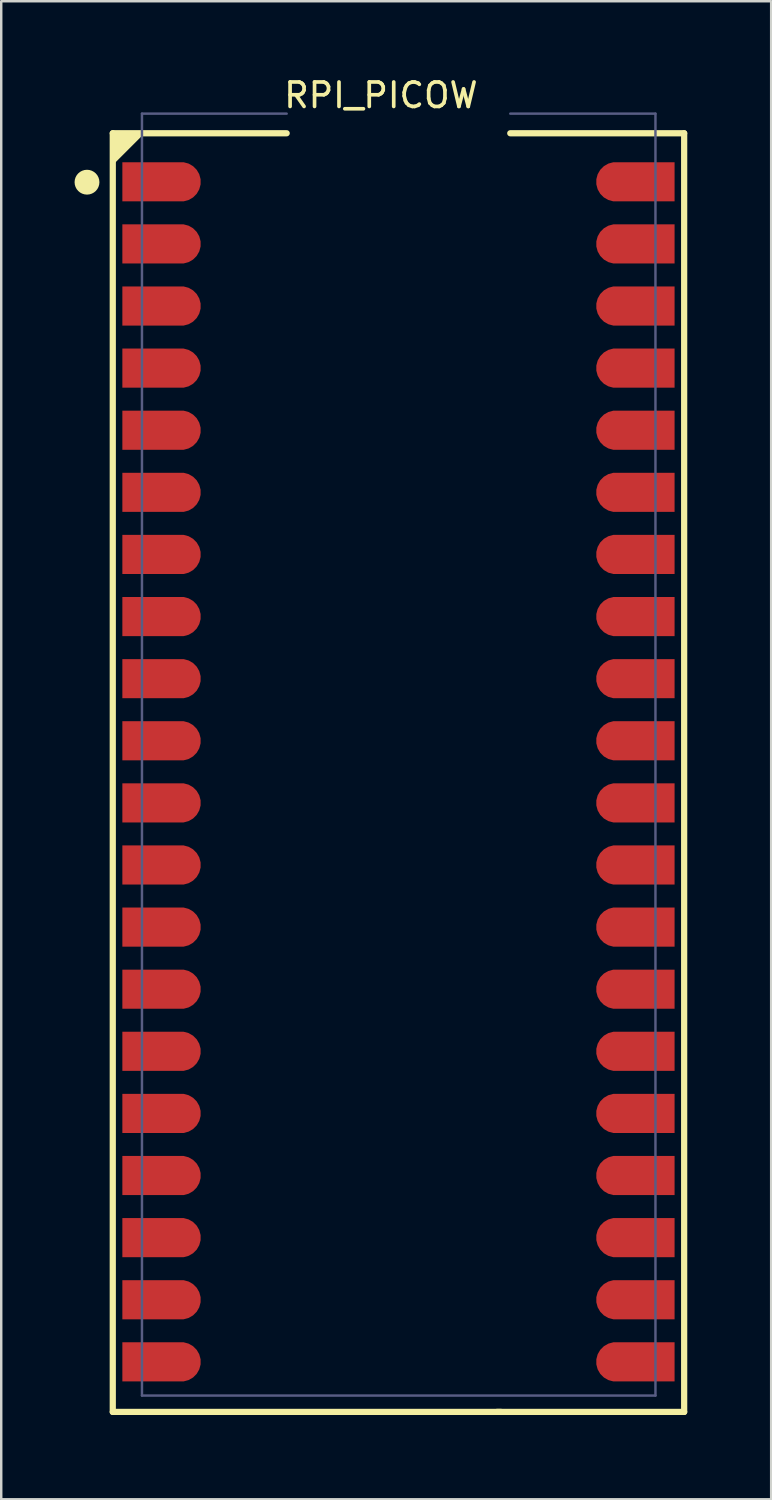
<source format=kicad_pcb>
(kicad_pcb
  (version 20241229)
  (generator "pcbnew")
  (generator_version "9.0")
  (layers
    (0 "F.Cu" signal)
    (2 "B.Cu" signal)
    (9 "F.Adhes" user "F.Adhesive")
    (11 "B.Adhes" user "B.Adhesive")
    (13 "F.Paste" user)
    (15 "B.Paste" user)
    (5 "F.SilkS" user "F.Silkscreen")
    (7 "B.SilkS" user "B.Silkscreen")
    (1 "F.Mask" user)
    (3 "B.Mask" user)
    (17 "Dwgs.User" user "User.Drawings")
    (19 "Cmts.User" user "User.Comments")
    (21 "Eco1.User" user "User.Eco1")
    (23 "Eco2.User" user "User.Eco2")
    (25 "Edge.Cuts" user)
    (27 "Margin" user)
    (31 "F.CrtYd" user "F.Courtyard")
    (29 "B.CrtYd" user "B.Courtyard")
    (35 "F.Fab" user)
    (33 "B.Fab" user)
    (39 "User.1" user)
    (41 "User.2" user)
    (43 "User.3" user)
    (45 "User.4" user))
  (footprint "RPI_PICOW"
    (layer "F.Cu")
    (at 13.246 28.816)
    (property "Reference" "RPI_PICOW" (at -0.718 -27.968 0) (layer "F.SilkS") (effects (font (size 1 1) (thickness 0.15))))
    (fp_line (start -11.684 -26.416) (end -4.572 -26.416) (stroke (width 0.254) (type solid)) (layer "F.SilkS"))
    (fp_line (start -11.684 25.877) (end -11.684 -26.416) (stroke (width 0.254) (type solid)) (layer "F.SilkS"))
    (fp_line (start -11.684 25.877) (end 4.2 25.877) (stroke (width 0.254) (type solid)) (layer "F.SilkS"))
    (fp_line (start 4.026 25.877) (end 11.684 25.877) (stroke (width 0.254) (type solid)) (layer "F.SilkS"))
    (fp_line (start 4.572 -26.416) (end 11.684 -26.416) (stroke (width 0.254) (type solid)) (layer "F.SilkS"))
    (fp_line (start 11.684 25.877) (end 11.684 -26.416) (stroke (width 0.254) (type solid)) (layer "F.SilkS"))
    (fp_circle (center -12.738 -24.415) (end -12.738 -24.669) (stroke (width 0.508) (type solid)) (fill no) (layer "F.SilkS"))
    (fp_poly (pts (xy -10.4 -26.4) (xy -11.7 -25.1) (xy -11.7 -26.4)) (stroke (width 0) (type default)) (fill yes) (layer "F.SilkS"))
    (fp_line (start -12.192 -27.94) (end 12.192 -27.94) (stroke (width 0.1) (type solid)) (layer "Eco2.User"))
    (fp_line (start -12.192 26.4) (end -12.192 -27.94) (stroke (width 0.1) (type solid)) (layer "Eco2.User"))
    (fp_line (start -12.192 26.4) (end 12.192 26.4) (stroke (width 0.1) (type solid)) (layer "Eco2.User"))
    (fp_line (start -0.5 0) (end 0.5 0) (stroke (width 0.2) (type solid)) (layer "Eco2.User"))
    (fp_line (start 0 0.5) (end 0 -0.5) (stroke (width 0.2) (type solid)) (layer "Eco2.User"))
    (fp_line (start 12.192 26.4) (end 12.192 -27.94) (stroke (width 0.1) (type solid)) (layer "Eco2.User"))
    (fp_line (start -10.49 -27.218) (end -4.572 -27.218) (stroke (width 0.1) (type solid)) (layer "B.Fab"))
    (fp_line (start -10.49 25.208) (end -10.49 -27.218) (stroke (width 0.1) (type solid)) (layer "B.Fab"))
    (fp_line (start -10.49 25.208) (end 10.51 25.208) (stroke (width 0.1) (type solid)) (layer "B.Fab"))
    (fp_line (start 4.572 -27.218) (end 10.51 -27.218) (stroke (width 0.1) (type solid)) (layer "B.Fab"))
    (fp_line (start 10.51 25.208) (end 10.51 -27.218) (stroke (width 0.1) (type solid)) (layer "B.Fab"))
    (pad "1" smd custom (at -11.292 -23.631) (size 0.000001 0.000001) (layers "F.Cu" "F.Mask" "F.Paste") (options (anchor circle)) (primitives (gr_poly (pts (xy 0 0) (xy 0 -1.6) (xy 2.4 -1.6) (xy 2.505 -1.6) (xy 2.709 -1.545) (xy 2.891 -1.44) (xy 3.04 -1.291) (xy 3.145 -1.109) (xy 3.2 -0.905) (xy 3.2 -0.695) (xy 3.145 -0.491) (xy 3.04 -0.309) (xy 2.891 -0.16) (xy 2.709 -0.055) (xy 2.505 0) (xy 2.4 0)) (width 0) (fill yes))))
    (pad "1" smd rect (at -9.69 -24.415) (size 2.5 1) (layers "F.Cu" "F.Mask" "F.Paste"))
    (pad "2" smd custom (at -11.292 -21.091) (size 0.000001 0.000001) (layers "F.Cu" "F.Mask" "F.Paste") (options (anchor circle)) (primitives (gr_poly (pts (xy 0 0) (xy 0 -1.6) (xy 2.4 -1.6) (xy 2.505 -1.6) (xy 2.709 -1.545) (xy 2.891 -1.44) (xy 3.04 -1.291) (xy 3.145 -1.109) (xy 3.2 -0.905) (xy 3.2 -0.695) (xy 3.145 -0.491) (xy 3.04 -0.309) (xy 2.891 -0.16) (xy 2.709 -0.055) (xy 2.505 0) (xy 2.4 0)) (width 0) (fill yes))))
    (pad "2" smd rect (at -9.69 -21.875) (size 2.5 1) (layers "F.Cu" "F.Mask" "F.Paste"))
    (pad "3" smd custom (at -11.292 -18.551) (size 0.000001 0.000001) (layers "F.Cu" "F.Mask" "F.Paste") (options (anchor circle)) (primitives (gr_poly (pts (xy 0 0) (xy 0 -1.6) (xy 2.4 -1.6) (xy 2.505 -1.6) (xy 2.709 -1.545) (xy 2.891 -1.44) (xy 3.04 -1.291) (xy 3.145 -1.109) (xy 3.2 -0.905) (xy 3.2 -0.695) (xy 3.145 -0.491) (xy 3.04 -0.309) (xy 2.891 -0.16) (xy 2.709 -0.055) (xy 2.505 0) (xy 2.4 0)) (width 0) (fill yes))))
    (pad "3" smd roundrect (at -9.69 -19.335) (size 2.5 1) (layers "F.Cu" "F.Mask" "F.Paste") (roundrect_rratio 0.125))
    (pad "4" smd custom (at -11.292 -16.011) (size 0.000001 0.000001) (layers "F.Cu" "F.Mask" "F.Paste") (options (anchor circle)) (primitives (gr_poly (pts (xy 0 0) (xy 0 -1.6) (xy 2.4 -1.6) (xy 2.505 -1.6) (xy 2.709 -1.545) (xy 2.891 -1.44) (xy 3.04 -1.291) (xy 3.145 -1.109) (xy 3.2 -0.905) (xy 3.2 -0.695) (xy 3.145 -0.491) (xy 3.04 -0.309) (xy 2.891 -0.16) (xy 2.709 -0.055) (xy 2.505 0) (xy 2.4 0)) (width 0) (fill yes))))
    (pad "4" smd rect (at -9.69 -16.795) (size 2.5 1) (layers "F.Cu" "F.Mask" "F.Paste"))
    (pad "5" smd custom (at -11.292 -13.471) (size 0.000001 0.000001) (layers "F.Cu" "F.Mask" "F.Paste") (options (anchor circle)) (primitives (gr_poly (pts (xy 0 0) (xy 0 -1.6) (xy 2.4 -1.6) (xy 2.505 -1.6) (xy 2.709 -1.545) (xy 2.891 -1.44) (xy 3.04 -1.291) (xy 3.145 -1.109) (xy 3.2 -0.905) (xy 3.2 -0.695) (xy 3.145 -0.491) (xy 3.04 -0.309) (xy 2.891 -0.16) (xy 2.709 -0.055) (xy 2.505 0) (xy 2.4 0)) (width 0) (fill yes))))
    (pad "5" smd rect (at -9.69 -14.255) (size 2.5 1) (layers "F.Cu" "F.Mask" "F.Paste"))
    (pad "6" smd custom (at -11.292 -10.931) (size 0.000001 0.000001) (layers "F.Cu" "F.Mask" "F.Paste") (options (anchor circle)) (primitives (gr_poly (pts (xy 0 0) (xy 0 -1.6) (xy 2.4 -1.6) (xy 2.505 -1.6) (xy 2.709 -1.545) (xy 2.891 -1.44) (xy 3.04 -1.291) (xy 3.145 -1.109) (xy 3.2 -0.905) (xy 3.2 -0.695) (xy 3.145 -0.491) (xy 3.04 -0.309) (xy 2.891 -0.16) (xy 2.709 -0.055) (xy 2.505 0) (xy 2.4 0)) (width 0) (fill yes))))
    (pad "6" smd rect (at -9.69 -11.715) (size 2.5 1) (layers "F.Cu" "F.Mask" "F.Paste"))
    (pad "7" smd custom (at -11.292 -8.391) (size 0.000001 0.000001) (layers "F.Cu" "F.Mask" "F.Paste") (options (anchor circle)) (primitives (gr_poly (pts (xy 0 0) (xy 0 -1.6) (xy 2.4 -1.6) (xy 2.505 -1.6) (xy 2.709 -1.545) (xy 2.891 -1.44) (xy 3.04 -1.291) (xy 3.145 -1.109) (xy 3.2 -0.905) (xy 3.2 -0.695) (xy 3.145 -0.491) (xy 3.04 -0.309) (xy 2.891 -0.16) (xy 2.709 -0.055) (xy 2.505 0) (xy 2.4 0)) (width 0) (fill yes))))
    (pad "7" smd rect (at -9.69 -9.175) (size 2.5 1) (layers "F.Cu" "F.Mask" "F.Paste"))
    (pad "8" smd custom (at -11.292 -5.851) (size 0.000001 0.000001) (layers "F.Cu" "F.Mask" "F.Paste") (options (anchor circle)) (primitives (gr_poly (pts (xy 0 0) (xy 0 -1.6) (xy 2.4 -1.6) (xy 2.505 -1.6) (xy 2.709 -1.545) (xy 2.891 -1.44) (xy 3.04 -1.291) (xy 3.145 -1.109) (xy 3.2 -0.905) (xy 3.2 -0.695) (xy 3.145 -0.491) (xy 3.04 -0.309) (xy 2.891 -0.16) (xy 2.709 -0.055) (xy 2.505 0) (xy 2.4 0)) (width 0) (fill yes))))
    (pad "8" smd rect (at -9.69 -6.635) (size 2.5 1) (layers "F.Cu" "F.Mask" "F.Paste"))
    (pad "9" smd custom (at -11.292 -3.311) (size 0.000001 0.000001) (layers "F.Cu" "F.Mask" "F.Paste") (options (anchor circle)) (primitives (gr_poly (pts (xy 0 0) (xy 0 -1.6) (xy 2.4 -1.6) (xy 2.505 -1.6) (xy 2.709 -1.545) (xy 2.891 -1.44) (xy 3.04 -1.291) (xy 3.145 -1.109) (xy 3.2 -0.905) (xy 3.2 -0.695) (xy 3.145 -0.491) (xy 3.04 -0.309) (xy 2.891 -0.16) (xy 2.709 -0.055) (xy 2.505 0) (xy 2.4 0)) (width 0) (fill yes))))
    (pad "9" smd rect (at -9.69 -4.095) (size 2.5 1) (layers "F.Cu" "F.Mask" "F.Paste"))
    (pad "10" smd custom (at -11.292 -0.771) (size 0.000001 0.000001) (layers "F.Cu" "F.Mask" "F.Paste") (options (anchor circle)) (primitives (gr_poly (pts (xy 0 0) (xy 0 -1.6) (xy 2.4 -1.6) (xy 2.505 -1.6) (xy 2.709 -1.545) (xy 2.891 -1.44) (xy 3.04 -1.291) (xy 3.145 -1.109) (xy 3.2 -0.905) (xy 3.2 -0.695) (xy 3.145 -0.491) (xy 3.04 -0.309) (xy 2.891 -0.16) (xy 2.709 -0.055) (xy 2.505 0) (xy 2.4 0)) (width 0) (fill yes))))
    (pad "10" smd rect (at -9.69 -1.555) (size 2.5 1) (layers "F.Cu" "F.Mask" "F.Paste"))
    (pad "11" smd custom (at -11.292 1.769) (size 0.000001 0.000001) (layers "F.Cu" "F.Mask" "F.Paste") (options (anchor circle)) (primitives (gr_poly (pts (xy 0 0) (xy 0 -1.6) (xy 2.4 -1.6) (xy 2.505 -1.6) (xy 2.709 -1.545) (xy 2.891 -1.44) (xy 3.04 -1.291) (xy 3.145 -1.109) (xy 3.2 -0.905) (xy 3.2 -0.695) (xy 3.145 -0.491) (xy 3.04 -0.309) (xy 2.891 -0.16) (xy 2.709 -0.055) (xy 2.505 0) (xy 2.4 0)) (width 0) (fill yes))))
    (pad "11" smd rect (at -9.69 0.985) (size 2.5 1) (layers "F.Cu" "F.Mask" "F.Paste"))
    (pad "12" smd custom (at -11.292 4.309) (size 0.000001 0.000001) (layers "F.Cu" "F.Mask" "F.Paste") (options (anchor circle)) (primitives (gr_poly (pts (xy 0 0) (xy 0 -1.6) (xy 2.4 -1.6) (xy 2.505 -1.6) (xy 2.709 -1.545) (xy 2.891 -1.44) (xy 3.04 -1.291) (xy 3.145 -1.109) (xy 3.2 -0.905) (xy 3.2 -0.695) (xy 3.145 -0.491) (xy 3.04 -0.309) (xy 2.891 -0.16) (xy 2.709 -0.055) (xy 2.505 0) (xy 2.4 0)) (width 0) (fill yes))))
    (pad "12" smd rect (at -9.69 3.525) (size 2.5 1) (layers "F.Cu" "F.Mask" "F.Paste"))
    (pad "13" smd custom (at -11.292 6.849) (size 0.000001 0.000001) (layers "F.Cu" "F.Mask" "F.Paste") (options (anchor circle)) (primitives (gr_poly (pts (xy 0 0) (xy 0 -1.6) (xy 2.4 -1.6) (xy 2.505 -1.6) (xy 2.709 -1.545) (xy 2.891 -1.44) (xy 3.04 -1.291) (xy 3.145 -1.109) (xy 3.2 -0.905) (xy 3.2 -0.695) (xy 3.145 -0.491) (xy 3.04 -0.309) (xy 2.891 -0.16) (xy 2.709 -0.055) (xy 2.505 0) (xy 2.4 0)) (width 0) (fill yes))))
    (pad "13" smd rect (at -9.69 6.065) (size 2.5 1) (layers "F.Cu" "F.Mask" "F.Paste"))
    (pad "14" smd custom (at -11.292 9.389) (size 0.000001 0.000001) (layers "F.Cu" "F.Mask" "F.Paste") (options (anchor circle)) (primitives (gr_poly (pts (xy 0 0) (xy 0 -1.6) (xy 2.4 -1.6) (xy 2.505 -1.6) (xy 2.709 -1.545) (xy 2.891 -1.44) (xy 3.04 -1.291) (xy 3.145 -1.109) (xy 3.2 -0.905) (xy 3.2 -0.695) (xy 3.145 -0.491) (xy 3.04 -0.309) (xy 2.891 -0.16) (xy 2.709 -0.055) (xy 2.505 0) (xy 2.4 0)) (width 0) (fill yes))))
    (pad "14" smd rect (at -9.69 8.605) (size 2.5 1) (layers "F.Cu" "F.Mask" "F.Paste"))
    (pad "15" smd custom (at -11.292 11.929) (size 0.000001 0.000001) (layers "F.Cu" "F.Mask" "F.Paste") (options (anchor circle)) (primitives (gr_poly (pts (xy 0 0) (xy 0 -1.6) (xy 2.4 -1.6) (xy 2.505 -1.6) (xy 2.709 -1.545) (xy 2.891 -1.44) (xy 3.04 -1.291) (xy 3.145 -1.109) (xy 3.2 -0.905) (xy 3.2 -0.695) (xy 3.145 -0.491) (xy 3.04 -0.309) (xy 2.891 -0.16) (xy 2.709 -0.055) (xy 2.505 0) (xy 2.4 0)) (width 0) (fill yes))))
    (pad "15" smd rect (at -9.69 11.145) (size 2.5 1) (layers "F.Cu" "F.Mask" "F.Paste"))
    (pad "16" smd custom (at -11.292 14.469) (size 0.000001 0.000001) (layers "F.Cu" "F.Mask" "F.Paste") (options (anchor circle)) (primitives (gr_poly (pts (xy 0 0) (xy 0 -1.6) (xy 2.4 -1.6) (xy 2.505 -1.6) (xy 2.709 -1.545) (xy 2.891 -1.44) (xy 3.04 -1.291) (xy 3.145 -1.109) (xy 3.2 -0.905) (xy 3.2 -0.695) (xy 3.145 -0.491) (xy 3.04 -0.309) (xy 2.891 -0.16) (xy 2.709 -0.055) (xy 2.505 0) (xy 2.4 0)) (width 0) (fill yes))))
    (pad "16" smd rect (at -9.69 13.685) (size 2.5 1) (layers "F.Cu" "F.Mask" "F.Paste"))
    (pad "17" smd custom (at -11.292 17.009) (size 0.000001 0.000001) (layers "F.Cu" "F.Mask" "F.Paste") (options (anchor circle)) (primitives (gr_poly (pts (xy 0 0) (xy 0 -1.6) (xy 2.4 -1.6) (xy 2.505 -1.6) (xy 2.709 -1.545) (xy 2.891 -1.44) (xy 3.04 -1.291) (xy 3.145 -1.109) (xy 3.2 -0.905) (xy 3.2 -0.695) (xy 3.145 -0.491) (xy 3.04 -0.309) (xy 2.891 -0.16) (xy 2.709 -0.055) (xy 2.505 0) (xy 2.4 0)) (width 0) (fill yes))))
    (pad "17" smd rect (at -9.69 16.225) (size 2.5 1) (layers "F.Cu" "F.Mask" "F.Paste"))
    (pad "18" smd custom (at -11.292 19.549) (size 0.000001 0.000001) (layers "F.Cu" "F.Mask" "F.Paste") (options (anchor circle)) (primitives (gr_poly (pts (xy 0 0) (xy 0 -1.6) (xy 2.4 -1.6) (xy 2.505 -1.6) (xy 2.709 -1.545) (xy 2.891 -1.44) (xy 3.04 -1.291) (xy 3.145 -1.109) (xy 3.2 -0.905) (xy 3.2 -0.695) (xy 3.145 -0.491) (xy 3.04 -0.309) (xy 2.891 -0.16) (xy 2.709 -0.055) (xy 2.505 0) (xy 2.4 0)) (width 0) (fill yes))))
    (pad "18" smd rect (at -9.69 18.765) (size 2.5 1) (layers "F.Cu" "F.Mask" "F.Paste"))
    (pad "19" smd custom (at -11.292 22.089) (size 0.000001 0.000001) (layers "F.Cu" "F.Mask" "F.Paste") (options (anchor circle)) (primitives (gr_poly (pts (xy 0 0) (xy 0 -1.6) (xy 2.4 -1.6) (xy 2.505 -1.6) (xy 2.709 -1.545) (xy 2.891 -1.44) (xy 3.04 -1.291) (xy 3.145 -1.109) (xy 3.2 -0.905) (xy 3.2 -0.695) (xy 3.145 -0.491) (xy 3.04 -0.309) (xy 2.891 -0.16) (xy 2.709 -0.055) (xy 2.505 0) (xy 2.4 0)) (width 0) (fill yes))))
    (pad "19" smd rect (at -9.69 21.305) (size 2.5 1) (layers "F.Cu" "F.Mask" "F.Paste"))
    (pad "20" smd custom (at -11.292 24.629) (size 0.000001 0.000001) (layers "F.Cu" "F.Mask" "F.Paste") (options (anchor circle)) (primitives (gr_poly (pts (xy 0 0) (xy 0 -1.6) (xy 2.4 -1.6) (xy 2.505 -1.6) (xy 2.709 -1.545) (xy 2.891 -1.44) (xy 3.04 -1.291) (xy 3.145 -1.109) (xy 3.2 -0.905) (xy 3.2 -0.695) (xy 3.145 -0.491) (xy 3.04 -0.309) (xy 2.891 -0.16) (xy 2.709 -0.055) (xy 2.505 0) (xy 2.4 0)) (width 0) (fill yes))))
    (pad "20" smd rect (at -9.69 23.845) (size 2.5 1) (layers "F.Cu" "F.Mask" "F.Paste"))
    (pad "21" smd rect (at 9.69 23.845) (size 2.5 1) (layers "F.Cu" "F.Mask" "F.Paste"))
    (pad "21" smd custom (at 11.292 24.629) (size 0.000001 0.000001) (layers "F.Cu" "F.Mask" "F.Paste") (options (anchor circle)) (primitives (gr_poly (pts (xy 0 0) (xy 0 -1.6) (xy -2.4 -1.6) (xy -2.505 -1.6) (xy -2.709 -1.545) (xy -2.891 -1.44) (xy -3.04 -1.291) (xy -3.145 -1.109) (xy -3.2 -0.905) (xy -3.2 -0.695) (xy -3.145 -0.491) (xy -3.04 -0.309) (xy -2.891 -0.16) (xy -2.709 -0.055) (xy -2.505 0) (xy -2.4 0)) (width 0) (fill yes))))
    (pad "22" smd rect (at 9.69 21.305) (size 2.5 1) (layers "F.Cu" "F.Mask" "F.Paste"))
    (pad "22" smd custom (at 11.292 22.089) (size 0.000001 0.000001) (layers "F.Cu" "F.Mask" "F.Paste") (options (anchor circle)) (primitives (gr_poly (pts (xy 0 0) (xy 0 -1.6) (xy -2.4 -1.6) (xy -2.505 -1.6) (xy -2.709 -1.545) (xy -2.891 -1.44) (xy -3.04 -1.291) (xy -3.145 -1.109) (xy -3.2 -0.905) (xy -3.2 -0.695) (xy -3.145 -0.491) (xy -3.04 -0.309) (xy -2.891 -0.16) (xy -2.709 -0.055) (xy -2.505 0) (xy -2.4 0)) (width 0) (fill yes))))
    (pad "23" smd rect (at 9.69 18.765) (size 2.5 1) (layers "F.Cu" "F.Mask" "F.Paste"))
    (pad "23" smd custom (at 11.292 19.549) (size 0.000001 0.000001) (layers "F.Cu" "F.Mask" "F.Paste") (options (anchor circle)) (primitives (gr_poly (pts (xy 0 0) (xy 0 -1.6) (xy -2.4 -1.6) (xy -2.505 -1.6) (xy -2.709 -1.545) (xy -2.891 -1.44) (xy -3.04 -1.291) (xy -3.145 -1.109) (xy -3.2 -0.905) (xy -3.2 -0.695) (xy -3.145 -0.491) (xy -3.04 -0.309) (xy -2.891 -0.16) (xy -2.709 -0.055) (xy -2.505 0) (xy -2.4 0)) (width 0) (fill yes))))
    (pad "24" smd rect (at 9.69 16.225) (size 2.5 1) (layers "F.Cu" "F.Mask" "F.Paste"))
    (pad "24" smd custom (at 11.292 17.009) (size 0.000001 0.000001) (layers "F.Cu" "F.Mask" "F.Paste") (options (anchor circle)) (primitives (gr_poly (pts (xy 0 0) (xy 0 -1.6) (xy -2.4 -1.6) (xy -2.505 -1.6) (xy -2.709 -1.545) (xy -2.891 -1.44) (xy -3.04 -1.291) (xy -3.145 -1.109) (xy -3.2 -0.905) (xy -3.2 -0.695) (xy -3.145 -0.491) (xy -3.04 -0.309) (xy -2.891 -0.16) (xy -2.709 -0.055) (xy -2.505 0) (xy -2.4 0)) (width 0) (fill yes))))
    (pad "25" smd rect (at 9.69 13.685) (size 2.5 1) (layers "F.Cu" "F.Mask" "F.Paste"))
    (pad "25" smd custom (at 11.292 14.469) (size 0.000001 0.000001) (layers "F.Cu" "F.Mask" "F.Paste") (options (anchor circle)) (primitives (gr_poly (pts (xy 0 0) (xy 0 -1.6) (xy -2.4 -1.6) (xy -2.505 -1.6) (xy -2.709 -1.545) (xy -2.891 -1.44) (xy -3.04 -1.291) (xy -3.145 -1.109) (xy -3.2 -0.905) (xy -3.2 -0.695) (xy -3.145 -0.491) (xy -3.04 -0.309) (xy -2.891 -0.16) (xy -2.709 -0.055) (xy -2.505 0) (xy -2.4 0)) (width 0) (fill yes))))
    (pad "26" smd rect (at 9.69 11.145) (size 2.5 1) (layers "F.Cu" "F.Mask" "F.Paste"))
    (pad "26" smd custom (at 11.292 11.929) (size 0.000001 0.000001) (layers "F.Cu" "F.Mask" "F.Paste") (options (anchor circle)) (primitives (gr_poly (pts (xy 0 0) (xy 0 -1.6) (xy -2.4 -1.6) (xy -2.505 -1.6) (xy -2.709 -1.545) (xy -2.891 -1.44) (xy -3.04 -1.291) (xy -3.145 -1.109) (xy -3.2 -0.905) (xy -3.2 -0.695) (xy -3.145 -0.491) (xy -3.04 -0.309) (xy -2.891 -0.16) (xy -2.709 -0.055) (xy -2.505 0) (xy -2.4 0)) (width 0) (fill yes))))
    (pad "27" smd rect (at 9.69 8.605) (size 2.5 1) (layers "F.Cu" "F.Mask" "F.Paste"))
    (pad "27" smd custom (at 11.292 9.389) (size 0.000001 0.000001) (layers "F.Cu" "F.Mask" "F.Paste") (options (anchor circle)) (primitives (gr_poly (pts (xy 0 0) (xy 0 -1.6) (xy -2.4 -1.6) (xy -2.505 -1.6) (xy -2.709 -1.545) (xy -2.891 -1.44) (xy -3.04 -1.291) (xy -3.145 -1.109) (xy -3.2 -0.905) (xy -3.2 -0.695) (xy -3.145 -0.491) (xy -3.04 -0.309) (xy -2.891 -0.16) (xy -2.709 -0.055) (xy -2.505 0) (xy -2.4 0)) (width 0) (fill yes))))
    (pad "28" smd rect (at 9.69 6.065) (size 2.5 1) (layers "F.Cu" "F.Mask" "F.Paste"))
    (pad "28" smd custom (at 11.292 6.849) (size 0.000001 0.000001) (layers "F.Cu" "F.Mask" "F.Paste") (options (anchor circle)) (primitives (gr_poly (pts (xy 0 0) (xy 0 -1.6) (xy -2.4 -1.6) (xy -2.505 -1.6) (xy -2.709 -1.545) (xy -2.891 -1.44) (xy -3.04 -1.291) (xy -3.145 -1.109) (xy -3.2 -0.905) (xy -3.2 -0.695) (xy -3.145 -0.491) (xy -3.04 -0.309) (xy -2.891 -0.16) (xy -2.709 -0.055) (xy -2.505 0) (xy -2.4 0)) (width 0) (fill yes))))
    (pad "29" smd rect (at 9.69 3.525) (size 2.5 1) (layers "F.Cu" "F.Mask" "F.Paste"))
    (pad "29" smd custom (at 11.292 4.309) (size 0.000001 0.000001) (layers "F.Cu" "F.Mask" "F.Paste") (options (anchor circle)) (primitives (gr_poly (pts (xy 0 0) (xy 0 -1.6) (xy -2.4 -1.6) (xy -2.505 -1.6) (xy -2.709 -1.545) (xy -2.891 -1.44) (xy -3.04 -1.291) (xy -3.145 -1.109) (xy -3.2 -0.905) (xy -3.2 -0.695) (xy -3.145 -0.491) (xy -3.04 -0.309) (xy -2.891 -0.16) (xy -2.709 -0.055) (xy -2.505 0) (xy -2.4 0)) (width 0) (fill yes))))
    (pad "30" smd rect (at 9.69 0.985) (size 2.5 1) (layers "F.Cu" "F.Mask" "F.Paste"))
    (pad "30" smd custom (at 11.292 1.769) (size 0.000001 0.000001) (layers "F.Cu" "F.Mask" "F.Paste") (options (anchor circle)) (primitives (gr_poly (pts (xy 0 0) (xy 0 -1.6) (xy -2.4 -1.6) (xy -2.505 -1.6) (xy -2.709 -1.545) (xy -2.891 -1.44) (xy -3.04 -1.291) (xy -3.145 -1.109) (xy -3.2 -0.905) (xy -3.2 -0.695) (xy -3.145 -0.491) (xy -3.04 -0.309) (xy -2.891 -0.16) (xy -2.709 -0.055) (xy -2.505 0) (xy -2.4 0)) (width 0) (fill yes))))
    (pad "31" smd rect (at 9.69 -1.555) (size 2.5 1) (layers "F.Cu" "F.Mask" "F.Paste"))
    (pad "31" smd custom (at 11.292 -0.771) (size 0.000001 0.000001) (layers "F.Cu" "F.Mask" "F.Paste") (options (anchor circle)) (primitives (gr_poly (pts (xy 0 0) (xy 0 -1.6) (xy -2.4 -1.6) (xy -2.505 -1.6) (xy -2.709 -1.545) (xy -2.891 -1.44) (xy -3.04 -1.291) (xy -3.145 -1.109) (xy -3.2 -0.905) (xy -3.2 -0.695) (xy -3.145 -0.491) (xy -3.04 -0.309) (xy -2.891 -0.16) (xy -2.709 -0.055) (xy -2.505 0) (xy -2.4 0)) (width 0) (fill yes))))
    (pad "32" smd rect (at 9.69 -4.095) (size 2.5 1) (layers "F.Cu" "F.Mask" "F.Paste"))
    (pad "32" smd custom (at 11.292 -3.311) (size 0.000001 0.000001) (layers "F.Cu" "F.Mask" "F.Paste") (options (anchor circle)) (primitives (gr_poly (pts (xy 0 0) (xy 0 -1.6) (xy -2.4 -1.6) (xy -2.505 -1.6) (xy -2.709 -1.545) (xy -2.891 -1.44) (xy -3.04 -1.291) (xy -3.145 -1.109) (xy -3.2 -0.905) (xy -3.2 -0.695) (xy -3.145 -0.491) (xy -3.04 -0.309) (xy -2.891 -0.16) (xy -2.709 -0.055) (xy -2.505 0) (xy -2.4 0)) (width 0) (fill yes))))
    (pad "33" smd rect (at 9.69 -6.635) (size 2.5 1) (layers "F.Cu" "F.Mask" "F.Paste"))
    (pad "33" smd custom (at 11.292 -5.851) (size 0.000001 0.000001) (layers "F.Cu" "F.Mask" "F.Paste") (options (anchor circle)) (primitives (gr_poly (pts (xy 0 0) (xy 0 -1.6) (xy -2.4 -1.6) (xy -2.505 -1.6) (xy -2.709 -1.545) (xy -2.891 -1.44) (xy -3.04 -1.291) (xy -3.145 -1.109) (xy -3.2 -0.905) (xy -3.2 -0.695) (xy -3.145 -0.491) (xy -3.04 -0.309) (xy -2.891 -0.16) (xy -2.709 -0.055) (xy -2.505 0) (xy -2.4 0)) (width 0) (fill yes))))
    (pad "34" smd rect (at 9.69 -9.175) (size 2.5 1) (layers "F.Cu" "F.Mask" "F.Paste"))
    (pad "34" smd custom (at 11.292 -8.391) (size 0.000001 0.000001) (layers "F.Cu" "F.Mask" "F.Paste") (options (anchor circle)) (primitives (gr_poly (pts (xy 0 0) (xy 0 -1.6) (xy -2.4 -1.6) (xy -2.505 -1.6) (xy -2.709 -1.545) (xy -2.891 -1.44) (xy -3.04 -1.291) (xy -3.145 -1.109) (xy -3.2 -0.905) (xy -3.2 -0.695) (xy -3.145 -0.491) (xy -3.04 -0.309) (xy -2.891 -0.16) (xy -2.709 -0.055) (xy -2.505 0) (xy -2.4 0)) (width 0) (fill yes))))
    (pad "35" smd rect (at 9.69 -11.715) (size 2.5 1) (layers "F.Cu" "F.Mask" "F.Paste"))
    (pad "35" smd custom (at 11.292 -10.931) (size 0.000001 0.000001) (layers "F.Cu" "F.Mask" "F.Paste") (options (anchor circle)) (primitives (gr_poly (pts (xy 0 0) (xy 0 -1.6) (xy -2.4 -1.6) (xy -2.505 -1.6) (xy -2.709 -1.545) (xy -2.891 -1.44) (xy -3.04 -1.291) (xy -3.145 -1.109) (xy -3.2 -0.905) (xy -3.2 -0.695) (xy -3.145 -0.491) (xy -3.04 -0.309) (xy -2.891 -0.16) (xy -2.709 -0.055) (xy -2.505 0) (xy -2.4 0)) (width 0) (fill yes))))
    (pad "36" smd rect (at 9.69 -14.255) (size 2.5 1) (layers "F.Cu" "F.Mask" "F.Paste"))
    (pad "36" smd custom (at 11.292 -13.471) (size 0.000001 0.000001) (layers "F.Cu" "F.Mask" "F.Paste") (options (anchor circle)) (primitives (gr_poly (pts (xy 0 0) (xy 0 -1.6) (xy -2.4 -1.6) (xy -2.505 -1.6) (xy -2.709 -1.545) (xy -2.891 -1.44) (xy -3.04 -1.291) (xy -3.145 -1.109) (xy -3.2 -0.905) (xy -3.2 -0.695) (xy -3.145 -0.491) (xy -3.04 -0.309) (xy -2.891 -0.16) (xy -2.709 -0.055) (xy -2.505 0) (xy -2.4 0)) (width 0) (fill yes))))
    (pad "37" smd rect (at 9.69 -16.795) (size 2.5 1) (layers "F.Cu" "F.Mask" "F.Paste"))
    (pad "37" smd custom (at 11.292 -16.011) (size 0.000001 0.000001) (layers "F.Cu" "F.Mask" "F.Paste") (options (anchor circle)) (primitives (gr_poly (pts (xy 0 0) (xy 0 -1.6) (xy -2.4 -1.6) (xy -2.505 -1.6) (xy -2.709 -1.545) (xy -2.891 -1.44) (xy -3.04 -1.291) (xy -3.145 -1.109) (xy -3.2 -0.905) (xy -3.2 -0.695) (xy -3.145 -0.491) (xy -3.04 -0.309) (xy -2.891 -0.16) (xy -2.709 -0.055) (xy -2.505 0) (xy -2.4 0)) (width 0) (fill yes))))
    (pad "38" smd rect (at 9.69 -19.335) (size 2.5 1) (layers "F.Cu" "F.Mask" "F.Paste"))
    (pad "38" smd custom (at 11.292 -18.551) (size 0.000001 0.000001) (layers "F.Cu" "F.Mask" "F.Paste") (options (anchor circle)) (primitives (gr_poly (pts (xy 0 0) (xy 0 -1.6) (xy -2.4 -1.6) (xy -2.505 -1.6) (xy -2.709 -1.545) (xy -2.891 -1.44) (xy -3.04 -1.291) (xy -3.145 -1.109) (xy -3.2 -0.905) (xy -3.2 -0.695) (xy -3.145 -0.491) (xy -3.04 -0.309) (xy -2.891 -0.16) (xy -2.709 -0.055) (xy -2.505 0) (xy -2.4 0)) (width 0) (fill yes))))
    (pad "39" smd rect (at 9.69 -21.875) (size 2.5 1) (layers "F.Cu" "F.Mask" "F.Paste"))
    (pad "39" smd custom (at 11.292 -21.091) (size 0.000001 0.000001) (layers "F.Cu" "F.Mask" "F.Paste") (options (anchor circle)) (primitives (gr_poly (pts (xy 0 0) (xy 0 -1.6) (xy -2.4 -1.6) (xy -2.505 -1.6) (xy -2.709 -1.545) (xy -2.891 -1.44) (xy -3.04 -1.291) (xy -3.145 -1.109) (xy -3.2 -0.905) (xy -3.2 -0.695) (xy -3.145 -0.491) (xy -3.04 -0.309) (xy -2.891 -0.16) (xy -2.709 -0.055) (xy -2.505 0) (xy -2.4 0)) (width 0) (fill yes))))
    (pad "40" smd rect (at 9.69 -24.415) (size 2.5 1) (layers "F.Cu" "F.Mask" "F.Paste"))
    (pad "40" smd custom (at 11.292 -23.631) (size 0.000001 0.000001) (layers "F.Cu" "F.Mask" "F.Paste") (options (anchor circle)) (primitives (gr_poly (pts (xy 0 0) (xy 0 -1.6) (xy -2.4 -1.6) (xy -2.505 -1.6) (xy -2.709 -1.545) (xy -2.891 -1.44) (xy -3.04 -1.291) (xy -3.145 -1.109) (xy -3.2 -0.905) (xy -3.2 -0.695) (xy -3.145 -0.491) (xy -3.04 -0.309) (xy -2.891 -0.16) (xy -2.709 -0.055) (xy -2.505 0) (xy -2.4 0)) (width 0) (fill yes)))))
  (gr_rect
    (start -3 -3)
    (end 28.488 58.266)
    (stroke (width 0.1) (type default))
    (fill no)
    (layer "Edge.Cuts")))
</source>
